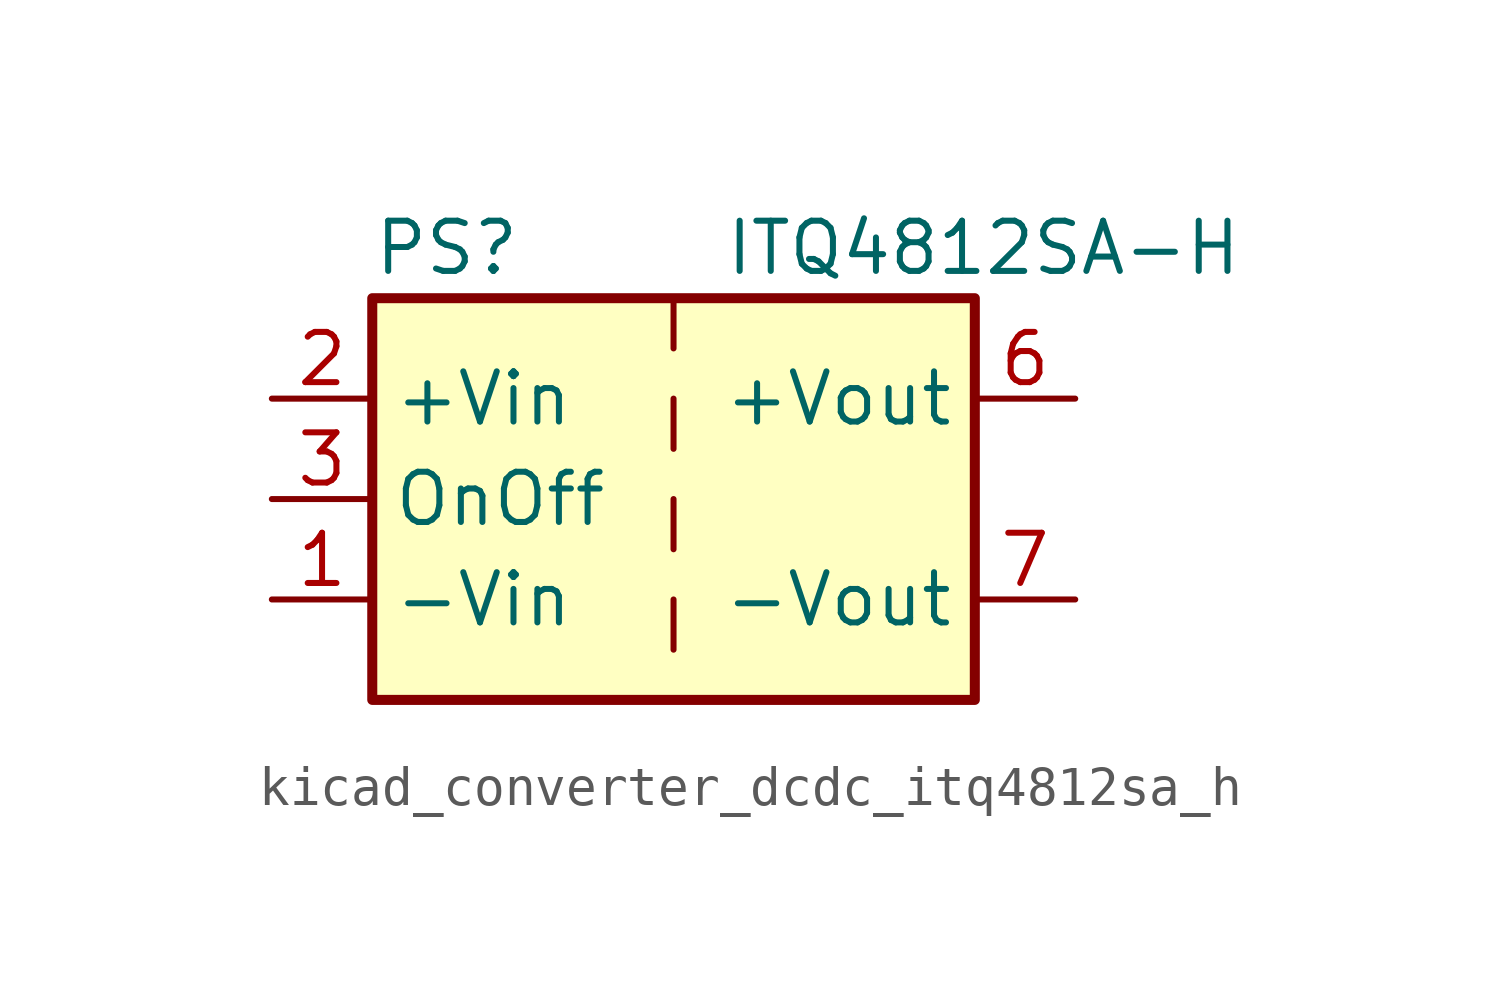
<source format=kicad_sym>
(kicad_symbol_lib
  (version 20220914)
  (generator kicad_symbol_editor)
  (symbol "kicad_converter_dcdc_itq4812sa_h"
    (property "Reference" "PS"
      (at -7.62 6.35 0)
      (effects (font (size 1.27 1.27)) (justify left)))
    (property "Value" "ITQ4812SA-H"
      (at 1.27 6.35 0)
      (effects (font (size 1.27 1.27)) (justify left)))
    (symbol "kicad_converter_dcdc_itq4812sa_h_0_0"
      (pin power_in line (at -10.16 -2.54 0) (length 2.54) (name "-Vin" (effects (font (size 1.27 1.27)))) (number "1" (effects (font (size 1.27 1.27)))))
      (pin power_in line (at -10.16 2.54 0) (length 2.54) (name "+Vin" (effects (font (size 1.27 1.27)))) (number "2" (effects (font (size 1.27 1.27)))))
      (pin input line (at -10.16 0 0) (length 2.54) (name "OnOff" (effects (font (size 1.27 1.27)))) (number "3" (effects (font (size 1.27 1.27)))))
      (pin power_out line (at 10.16 2.54 180) (length 2.54) (name "+Vout" (effects (font (size 1.27 1.27)))) (number "6" (effects (font (size 1.27 1.27)))))
      (pin power_out line (at 10.16 -2.54 180) (length 2.54) (name "-Vout" (effects (font (size 1.27 1.27)))) (number "7" (effects (font (size 1.27 1.27)))))
      (pin no_connect line (at 7.62 0 180) (length 2.54) hide (name "NC" (effects (font (size 1.27 1.27)))) (number "8" (effects (font (size 1.27 1.27))))))
    (symbol "kicad_converter_dcdc_itq4812sa_h_0_1"
      (rectangle (start -7.62 5.08) (end 7.62 -5.08) (stroke (width 0.254) (type default)) (fill (type background)))
      (polyline (pts (xy 0 -2.54) (xy 0 -3.81)) (stroke (width 0) (type default)) (fill (type none)))
      (polyline (pts (xy 0 0) (xy 0 -1.27)) (stroke (width 0) (type default)) (fill (type none)))
      (polyline (pts (xy 0 2.54) (xy 0 1.27)) (stroke (width 0) (type default)) (fill (type none)))
      (polyline (pts (xy 0 5.08) (xy 0 3.81)) (stroke (width 0) (type default)) (fill (type none))))))
</source>
